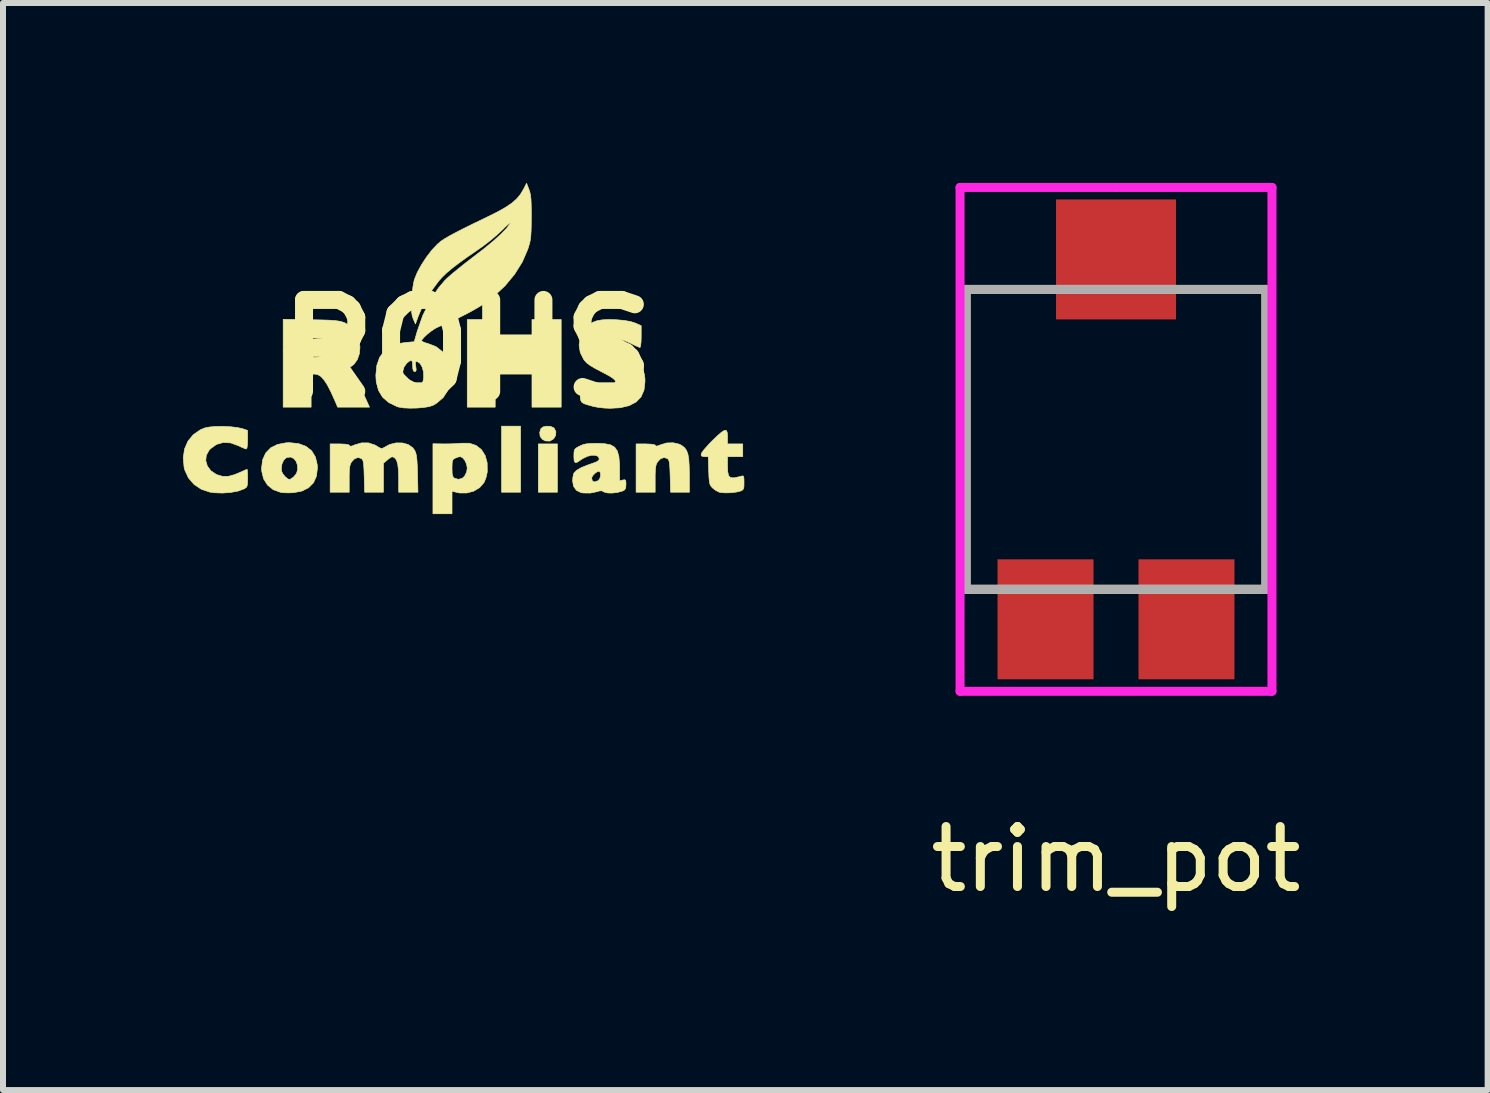
<source format=kicad_pcb>
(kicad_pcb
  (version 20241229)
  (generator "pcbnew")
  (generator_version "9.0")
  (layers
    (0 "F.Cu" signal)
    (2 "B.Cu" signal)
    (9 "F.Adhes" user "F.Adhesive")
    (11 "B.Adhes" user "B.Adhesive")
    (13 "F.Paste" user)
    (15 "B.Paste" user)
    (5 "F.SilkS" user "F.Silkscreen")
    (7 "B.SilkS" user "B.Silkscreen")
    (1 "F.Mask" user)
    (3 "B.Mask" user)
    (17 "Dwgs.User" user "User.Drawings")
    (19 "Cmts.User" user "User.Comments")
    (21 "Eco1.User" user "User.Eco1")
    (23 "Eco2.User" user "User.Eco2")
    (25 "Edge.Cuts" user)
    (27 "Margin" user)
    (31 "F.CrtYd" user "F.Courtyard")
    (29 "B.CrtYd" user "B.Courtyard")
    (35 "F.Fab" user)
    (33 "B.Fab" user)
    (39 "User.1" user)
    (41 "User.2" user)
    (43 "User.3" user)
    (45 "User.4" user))
  (footprint "trim_pot"
    (layer "F.Cu")
    (at 15.556 4.275)
    (property "Reference" "trim_pot" (at 0 7 0) (layer "F.SilkS") (effects (font (size 1 1) (thickness 0.15))))
    (attr through_hole)
    (fp_line (start -2.5 -2.5) (end -2.5 2.5) (stroke (width 0.15) (type solid)) (layer "F.SilkS"))
    (fp_line (start -2.5 2.5) (end 2.5 2.5) (stroke (width 0.15) (type solid)) (layer "F.SilkS"))
    (fp_line (start 2.5 -2.5) (end -2.5 -2.5) (stroke (width 0.15) (type solid)) (layer "F.SilkS"))
    (fp_line (start 2.5 2.5) (end 2.5 -2.5) (stroke (width 0.15) (type solid)) (layer "F.SilkS"))
    (fp_line (start -2.6 -4.2) (end 0 -4.2) (stroke (width 0.15) (type solid)) (layer "F.CrtYd"))
    (fp_line (start -2.6 4.2) (end -2.6 -4.2) (stroke (width 0.15) (type solid)) (layer "F.CrtYd"))
    (fp_line (start 0 -4.2) (end 2.6 -4.2) (stroke (width 0.15) (type solid)) (layer "F.CrtYd"))
    (fp_line (start 2.6 -4.2) (end 2.6 4.2) (stroke (width 0.15) (type solid)) (layer "F.CrtYd"))
    (fp_line (start 2.6 4.2) (end -2.6 4.2) (stroke (width 0.15) (type solid)) (layer "F.CrtYd"))
    (fp_line (start -2.5 -2.5) (end 2.5 -2.5) (stroke (width 0.15) (type solid)) (layer "F.Fab"))
    (fp_line (start -2.5 2.5) (end -2.5 -2.5) (stroke (width 0.15) (type solid)) (layer "F.Fab"))
    (fp_line (start 2.5 -2.5) (end 2.5 2.5) (stroke (width 0.15) (type solid)) (layer "F.Fab"))
    (fp_line (start 2.5 2.5) (end -2.5 2.5) (stroke (width 0.15) (type solid)) (layer "F.Fab"))
    (pad "1" smd rect (at 1.175 3) (size 1.6 2) (layers "F.Cu" "F.Mask" "F.Paste"))
    (pad "2" smd rect (at 0 -3) (size 2 2) (layers "F.Cu" "F.Mask" "F.Paste"))
    (pad "3" smd rect (at -1.175 3) (size 1.6 2) (layers "F.Cu" "F.Mask" "F.Paste")))
  (footprint "ROHS"
    (layer "F.Cu")
    (at 4.74 2.785)
    (property "Reference" "ROHS" (at 0 0 0) (layer "F.SilkS") (effects (font (size 1.524 1.524) (thickness 0.3))))
    (attr through_hole)
    (fp_poly (pts (xy 0.889 2.371) (xy 0.572 2.371) (xy 0.572 1.27) (xy 0.889 1.27) (xy 0.889 2.371)) (stroke (width 0.01) (type solid)) (fill yes) (layer "F.SilkS"))
    (fp_poly (pts (xy 1.503 2.371) (xy 1.185 2.371) (xy 1.185 1.566) (xy 1.503 1.566) (xy 1.503 2.371)) (stroke (width 0.01) (type solid)) (fill yes) (layer "F.SilkS"))
    (fp_poly (pts (xy 0.466 0.021) (xy 1.079 0.021) (xy 1.079 -0.508) (xy 1.566 -0.508) (xy 1.566 0.953) (xy 1.079 0.953) (xy 1.079 0.402) (xy 0.466 0.402) (xy 0.466 0.953) (xy 0 0.953) (xy 0 -0.508) (xy 0.466 -0.508) (xy 0.466 0.021)) (stroke (width 0.01) (type solid)) (fill yes) (layer "F.SilkS"))
    (fp_poly (pts (xy 1.388 1.274) (xy 1.441 1.296) (xy 1.448 1.303) (xy 1.478 1.36) (xy 1.474 1.425) (xy 1.439 1.482) (xy 1.376 1.519) (xy 1.304 1.516) (xy 1.254 1.491) (xy 1.215 1.441) (xy 1.208 1.373) (xy 1.228 1.311) (xy 1.265 1.282) (xy 1.324 1.27) (xy 1.388 1.274)) (stroke (width 0.01) (type solid)) (fill yes) (layer "F.SilkS"))
    (fp_poly (pts (xy 3.534 1.57) (xy 3.579 1.594) (xy 3.624 1.63) (xy 3.656 1.675) (xy 3.679 1.736) (xy 3.693 1.819) (xy 3.7 1.93) (xy 3.703 2.077) (xy 3.703 2.08) (xy 3.704 2.371) (xy 3.39 2.371) (xy 3.383 2.104) (xy 3.379 1.991) (xy 3.374 1.912) (xy 3.367 1.861) (xy 3.356 1.83) (xy 3.34 1.812) (xy 3.338 1.81) (xy 3.282 1.792) (xy 3.223 1.813) (xy 3.175 1.863) (xy 3.155 1.897) (xy 3.143 1.938) (xy 3.136 1.997) (xy 3.133 2.084) (xy 3.133 2.146) (xy 3.133 2.371) (xy 2.815 2.371) (xy 2.815 1.566) (xy 2.972 1.566) (xy 3.067 1.57) (xy 3.123 1.58) (xy 3.138 1.592) (xy 3.155 1.604) (xy 3.197 1.592) (xy 3.222 1.581) (xy 3.324 1.55) (xy 3.434 1.547) (xy 3.534 1.57)) (stroke (width 0.01) (type solid)) (fill yes) (layer "F.SilkS"))
    (fp_poly (pts (xy -2.811 1.561) (xy -2.688 1.607) (xy -2.594 1.681) (xy -2.531 1.784) (xy -2.501 1.912) (xy -2.498 1.967) (xy -2.514 2.103) (xy -2.564 2.214) (xy -2.646 2.297) (xy -2.759 2.353) (xy -2.9 2.379) (xy -2.986 2.382) (xy -3.067 2.379) (xy -3.113 2.373) (xy -3.236 2.328) (xy -3.33 2.252) (xy -3.395 2.149) (xy -3.426 2.023) (xy -3.428 1.982) (xy -3.1 1.982) (xy -3.096 2.019) (xy -3.075 2.065) (xy -3.035 2.113) (xy -2.992 2.149) (xy -2.963 2.159) (xy -2.937 2.147) (xy -2.896 2.118) (xy -2.895 2.117) (xy -2.848 2.061) (xy -2.827 1.993) (xy -2.83 1.923) (xy -2.852 1.859) (xy -2.891 1.81) (xy -2.944 1.785) (xy -3.006 1.791) (xy -3.015 1.795) (xy -3.06 1.836) (xy -3.09 1.903) (xy -3.1 1.982) (xy -3.428 1.982) (xy -3.429 1.967) (xy -3.411 1.829) (xy -3.36 1.717) (xy -3.278 1.632) (xy -3.165 1.575) (xy -3.024 1.548) (xy -2.963 1.545) (xy -2.811 1.561)) (stroke (width 0.01) (type solid)) (fill yes) (layer "F.SilkS"))
    (fp_poly (pts (xy 0.037 1.555) (xy 0.148 1.592) (xy 0.236 1.661) (xy 0.298 1.758) (xy 0.332 1.88) (xy 0.334 2.022) (xy 0.331 2.048) (xy 0.314 2.124) (xy 0.287 2.194) (xy 0.279 2.21) (xy 0.207 2.294) (xy 0.108 2.353) (xy -0.007 2.384) (xy -0.129 2.384) (xy -0.17 2.375) (xy -0.254 2.354) (xy -0.254 2.731) (xy -0.572 2.731) (xy -0.572 1.971) (xy -0.254 1.971) (xy -0.252 2.053) (xy -0.243 2.102) (xy -0.226 2.129) (xy -0.217 2.136) (xy -0.146 2.157) (xy -0.08 2.137) (xy -0.044 2.103) (xy -0.009 2.031) (xy 0 1.968) (xy -0.012 1.902) (xy -0.041 1.839) (xy -0.08 1.794) (xy -0.117 1.778) (xy -0.157 1.786) (xy -0.2 1.803) (xy -0.229 1.819) (xy -0.245 1.843) (xy -0.252 1.885) (xy -0.254 1.957) (xy -0.254 1.971) (xy -0.572 1.971) (xy -0.572 1.563) (xy -0.386 1.566) (xy -0.285 1.565) (xy -0.185 1.561) (xy -0.105 1.555) (xy -0.092 1.554) (xy 0.037 1.555)) (stroke (width 0.01) (type solid)) (fill yes) (layer "F.SilkS"))
    (fp_poly (pts (xy 4.317 1.341) (xy 4.333 1.37) (xy 4.339 1.425) (xy 4.339 1.45) (xy 4.339 1.566) (xy 4.593 1.566) (xy 4.593 1.778) (xy 4.339 1.778) (xy 4.339 1.934) (xy 4.343 2.034) (xy 4.358 2.097) (xy 4.39 2.128) (xy 4.447 2.132) (xy 4.535 2.113) (xy 4.567 2.104) (xy 4.594 2.099) (xy 4.608 2.11) (xy 4.613 2.146) (xy 4.614 2.21) (xy 4.613 2.279) (xy 4.604 2.318) (xy 4.583 2.339) (xy 4.558 2.351) (xy 4.485 2.369) (xy 4.391 2.38) (xy 4.297 2.382) (xy 4.219 2.375) (xy 4.2 2.37) (xy 4.14 2.34) (xy 4.084 2.296) (xy 4.084 2.295) (xy 4.061 2.267) (xy 4.045 2.236) (xy 4.036 2.191) (xy 4.03 2.124) (xy 4.026 2.025) (xy 4.025 2.009) (xy 4.018 1.778) (xy 3.956 1.778) (xy 3.914 1.772) (xy 3.898 1.751) (xy 3.91 1.713) (xy 3.952 1.656) (xy 4.025 1.575) (xy 4.079 1.519) (xy 4.172 1.429) (xy 4.24 1.37) (xy 4.287 1.341) (xy 4.317 1.341)) (stroke (width 0.01) (type solid)) (fill yes) (layer "F.SilkS"))
    (fp_poly (pts (xy -2.598 -0.504) (xy -2.432 -0.501) (xy -2.302 -0.497) (xy -2.202 -0.49) (xy -2.125 -0.479) (xy -2.066 -0.463) (xy -2.017 -0.44) (xy -1.972 -0.409) (xy -1.927 -0.369) (xy -1.909 -0.352) (xy -1.844 -0.266) (xy -1.804 -0.162) (xy -1.789 -0.05) (xy -1.798 0.061) (xy -1.833 0.161) (xy -1.89 0.24) (xy -1.941 0.278) (xy -1.988 0.303) (xy -1.928 0.371) (xy -1.89 0.422) (xy -1.846 0.496) (xy -1.793 0.598) (xy -1.73 0.731) (xy -1.68 0.841) (xy -1.63 0.953) (xy -2.161 0.953) (xy -2.2 0.86) (xy -2.271 0.703) (xy -2.333 0.582) (xy -2.39 0.496) (xy -2.443 0.439) (xy -2.496 0.409) (xy -2.542 0.402) (xy -2.603 0.402) (xy -2.603 0.953) (xy -3.069 0.953) (xy -3.069 0.027) (xy -2.602 0.027) (xy -2.597 0.085) (xy -2.579 0.115) (xy -2.544 0.123) (xy -2.487 0.118) (xy -2.482 0.117) (xy -2.41 0.102) (xy -2.35 0.081) (xy -2.334 0.072) (xy -2.296 0.03) (xy -2.286 -0.031) (xy -2.3 -0.104) (xy -2.343 -0.154) (xy -2.419 -0.185) (xy -2.523 -0.198) (xy -2.593 -0.201) (xy -2.599 -0.066) (xy -2.602 0.027) (xy -3.069 0.027) (xy -3.069 -0.512) (xy -2.598 -0.504)) (stroke (width 0.01) (type solid)) (fill yes) (layer "F.SilkS"))
    (fp_poly (pts (xy -3.945 1.28) (xy -3.834 1.293) (xy -3.746 1.312) (xy -3.741 1.314) (xy -3.662 1.341) (xy -3.662 1.496) (xy -3.665 1.578) (xy -3.672 1.632) (xy -3.684 1.651) (xy -3.713 1.642) (xy -3.767 1.619) (xy -3.815 1.596) (xy -3.945 1.549) (xy -4.068 1.542) (xy -4.181 1.574) (xy -4.279 1.645) (xy -4.305 1.673) (xy -4.351 1.757) (xy -4.359 1.846) (xy -4.333 1.935) (xy -4.275 2.013) (xy -4.187 2.073) (xy -4.177 2.078) (xy -4.084 2.106) (xy -3.988 2.107) (xy -3.878 2.078) (xy -3.792 2.042) (xy -3.73 2.014) (xy -3.686 1.995) (xy -3.67 1.99) (xy -3.666 2.009) (xy -3.663 2.06) (xy -3.662 2.132) (xy -3.662 2.137) (xy -3.663 2.215) (xy -3.669 2.263) (xy -3.683 2.29) (xy -3.71 2.309) (xy -3.723 2.316) (xy -3.82 2.352) (xy -3.945 2.375) (xy -4.082 2.385) (xy -4.217 2.38) (xy -4.293 2.369) (xy -4.435 2.321) (xy -4.555 2.241) (xy -4.648 2.133) (xy -4.709 2.002) (xy -4.721 1.956) (xy -4.735 1.797) (xy -4.713 1.65) (xy -4.657 1.521) (xy -4.569 1.413) (xy -4.451 1.331) (xy -4.374 1.299) (xy -4.296 1.284) (xy -4.19 1.275) (xy -4.069 1.274) (xy -3.945 1.28)) (stroke (width 0.01) (type solid)) (fill yes) (layer "F.SilkS"))
    (fp_poly (pts (xy -1.647 1.549) (xy -1.54 1.584) (xy -1.512 1.6) (xy -1.456 1.634) (xy -1.42 1.641) (xy -1.398 1.632) (xy -1.296 1.576) (xy -1.187 1.549) (xy -1.08 1.55) (xy -0.984 1.577) (xy -0.908 1.63) (xy -0.875 1.676) (xy -0.859 1.714) (xy -0.847 1.764) (xy -0.839 1.833) (xy -0.833 1.931) (xy -0.829 2.058) (xy -0.822 2.371) (xy -1.143 2.371) (xy -1.143 2.15) (xy -1.147 2.007) (xy -1.159 1.903) (xy -1.181 1.833) (xy -1.213 1.795) (xy -1.213 1.795) (xy -1.242 1.781) (xy -1.269 1.786) (xy -1.309 1.814) (xy -1.332 1.833) (xy -1.397 1.888) (xy -1.397 2.371) (xy -1.711 2.371) (xy -1.718 2.104) (xy -1.722 1.991) (xy -1.727 1.912) (xy -1.734 1.861) (xy -1.746 1.83) (xy -1.761 1.812) (xy -1.763 1.81) (xy -1.82 1.792) (xy -1.878 1.813) (xy -1.927 1.863) (xy -1.946 1.897) (xy -1.958 1.938) (xy -1.965 1.997) (xy -1.968 2.084) (xy -1.968 2.146) (xy -1.968 2.371) (xy -2.286 2.371) (xy -2.286 1.566) (xy -2.129 1.566) (xy -2.034 1.57) (xy -1.979 1.58) (xy -1.963 1.593) (xy -1.947 1.606) (xy -1.909 1.597) (xy -1.876 1.582) (xy -1.763 1.549) (xy -1.647 1.549)) (stroke (width 0.01) (type solid)) (fill yes) (layer "F.SilkS"))
    (fp_poly (pts (xy 2.29 1.562) (xy 2.388 1.581) (xy 2.457 1.62) (xy 2.502 1.684) (xy 2.528 1.777) (xy 2.539 1.904) (xy 2.54 1.979) (xy 2.54 2.181) (xy 2.593 2.168) (xy 2.626 2.163) (xy 2.642 2.176) (xy 2.646 2.219) (xy 2.646 2.242) (xy 2.642 2.3) (xy 2.624 2.332) (xy 2.588 2.352) (xy 2.507 2.374) (xy 2.42 2.385) (xy 2.342 2.384) (xy 2.286 2.37) (xy 2.278 2.365) (xy 2.243 2.347) (xy 2.203 2.35) (xy 2.161 2.363) (xy 2.052 2.385) (xy 1.936 2.384) (xy 1.894 2.377) (xy 1.819 2.339) (xy 1.772 2.272) (xy 1.757 2.186) (xy 1.76 2.136) (xy 2.074 2.136) (xy 2.086 2.185) (xy 2.122 2.2) (xy 2.182 2.179) (xy 2.209 2.147) (xy 2.223 2.096) (xy 2.22 2.048) (xy 2.204 2.023) (xy 2.174 2.026) (xy 2.134 2.052) (xy 2.096 2.09) (xy 2.075 2.128) (xy 2.074 2.136) (xy 1.76 2.136) (xy 1.762 2.118) (xy 1.774 2.063) (xy 1.779 2.052) (xy 1.822 2.007) (xy 1.903 1.96) (xy 2.018 1.914) (xy 2.08 1.893) (xy 2.153 1.866) (xy 2.191 1.841) (xy 2.201 1.816) (xy 2.184 1.776) (xy 2.139 1.756) (xy 2.074 1.755) (xy 1.999 1.774) (xy 1.921 1.812) (xy 1.891 1.833) (xy 1.834 1.871) (xy 1.8 1.878) (xy 1.783 1.85) (xy 1.778 1.784) (xy 1.778 1.768) (xy 1.78 1.701) (xy 1.789 1.661) (xy 1.816 1.634) (xy 1.867 1.605) (xy 1.868 1.605) (xy 1.92 1.581) (xy 1.977 1.566) (xy 2.049 1.559) (xy 2.151 1.557) (xy 2.16 1.556) (xy 2.29 1.562)) (stroke (width 0.01) (type solid)) (fill yes) (layer "F.SilkS"))
    (fp_poly (pts (xy 2.492 -0.504) (xy 2.615 -0.493) (xy 2.723 -0.474) (xy 2.799 -0.45) (xy 2.9 -0.405) (xy 2.9 -0.223) (xy 2.898 -0.137) (xy 2.891 -0.075) (xy 2.882 -0.044) (xy 2.879 -0.042) (xy 2.851 -0.052) (xy 2.797 -0.076) (xy 2.731 -0.109) (xy 2.619 -0.158) (xy 2.517 -0.184) (xy 2.433 -0.185) (xy 2.373 -0.162) (xy 2.365 -0.153) (xy 2.341 -0.111) (xy 2.34 -0.079) (xy 2.363 -0.057) (xy 2.416 -0.02) (xy 2.49 0.024) (xy 2.567 0.067) (xy 2.703 0.141) (xy 2.804 0.205) (xy 2.876 0.264) (xy 2.923 0.325) (xy 2.95 0.392) (xy 2.962 0.471) (xy 2.963 0.529) (xy 2.947 0.668) (xy 2.898 0.781) (xy 2.815 0.867) (xy 2.699 0.928) (xy 2.55 0.963) (xy 2.383 0.972) (xy 2.285 0.968) (xy 2.187 0.957) (xy 2.11 0.943) (xy 2.106 0.942) (xy 2.009 0.915) (xy 1.945 0.894) (xy 1.908 0.869) (xy 1.89 0.835) (xy 1.884 0.783) (xy 1.884 0.711) (xy 1.882 0.63) (xy 1.878 0.562) (xy 1.872 0.522) (xy 1.871 0.52) (xy 1.87 0.495) (xy 1.895 0.489) (xy 1.949 0.504) (xy 2.036 0.541) (xy 2.077 0.561) (xy 2.196 0.609) (xy 2.299 0.633) (xy 2.382 0.635) (xy 2.441 0.613) (xy 2.471 0.57) (xy 2.473 0.527) (xy 2.461 0.501) (xy 2.428 0.471) (xy 2.369 0.433) (xy 2.278 0.384) (xy 2.234 0.361) (xy 2.126 0.304) (xy 2.049 0.258) (xy 1.994 0.217) (xy 1.954 0.174) (xy 1.94 0.155) (xy 1.884 0.042) (xy 1.865 -0.077) (xy 1.879 -0.195) (xy 1.924 -0.304) (xy 1.998 -0.396) (xy 2.097 -0.463) (xy 2.164 -0.488) (xy 2.253 -0.503) (xy 2.367 -0.508) (xy 2.492 -0.504)) (stroke (width 0.01) (type solid)) (fill yes) (layer "F.SilkS"))
    (fp_poly (pts (xy 1.029 -2.676) (xy 1.044 -2.63) (xy 1.055 -2.58) (xy 1.062 -2.517) (xy 1.066 -2.433) (xy 1.068 -2.321) (xy 1.068 -2.212) (xy 1.067 -2.076) (xy 1.064 -1.974) (xy 1.059 -1.895) (xy 1.051 -1.831) (xy 1.038 -1.773) (xy 1.019 -1.71) (xy 1.009 -1.679) (xy 0.918 -1.468) (xy 0.789 -1.262) (xy 0.627 -1.067) (xy 0.434 -0.888) (xy 0.266 -0.762) (xy 0.159 -0.697) (xy 0.025 -0.622) (xy -0.124 -0.546) (xy -0.276 -0.474) (xy -0.419 -0.412) (xy -0.475 -0.389) (xy -0.534 -0.36) (xy -0.601 -0.315) (xy -0.667 -0.263) (xy -0.721 -0.212) (xy -0.755 -0.171) (xy -0.762 -0.153) (xy -0.743 -0.138) (xy -0.696 -0.119) (xy -0.659 -0.109) (xy -0.52 -0.055) (xy -0.413 0.028) (xy -0.336 0.139) (xy -0.291 0.278) (xy -0.28 0.37) (xy -0.286 0.535) (xy -0.326 0.676) (xy -0.401 0.793) (xy -0.512 0.888) (xy -0.572 0.923) (xy -0.637 0.944) (xy -0.732 0.959) (xy -0.843 0.968) (xy -0.958 0.97) (xy -1.063 0.965) (xy -1.147 0.951) (xy -1.17 0.944) (xy -1.309 0.876) (xy -1.412 0.787) (xy -1.48 0.673) (xy -1.517 0.534) (xy -1.522 0.459) (xy -1.077 0.459) (xy -1.056 0.546) (xy -1.014 0.616) (xy -0.976 0.646) (xy -0.92 0.671) (xy -0.876 0.67) (xy -0.829 0.641) (xy -0.802 0.618) (xy -0.757 0.569) (xy -0.735 0.512) (xy -0.726 0.454) (xy -0.729 0.366) (xy -0.751 0.286) (xy -0.786 0.225) (xy -0.83 0.195) (xy -0.833 0.194) (xy -0.857 0.194) (xy -0.865 0.214) (xy -0.859 0.263) (xy -0.858 0.273) (xy -0.851 0.329) (xy -0.858 0.355) (xy -0.877 0.36) (xy -0.898 0.349) (xy -0.908 0.311) (xy -0.91 0.265) (xy -0.914 0.2) (xy -0.931 0.174) (xy -0.964 0.185) (xy -1.007 0.218) (xy -1.054 0.283) (xy -1.077 0.367) (xy -1.077 0.459) (xy -1.522 0.459) (xy -1.524 0.422) (xy -1.508 0.258) (xy -1.461 0.123) (xy -1.383 0.017) (xy -1.274 -0.061) (xy -1.134 -0.109) (xy -1.034 -0.124) (xy -0.884 -0.138) (xy -0.833 -0.315) (xy -0.741 -0.576) (xy -0.623 -0.817) (xy -0.483 -1.03) (xy -0.374 -1.159) (xy -0.323 -1.208) (xy -0.245 -1.276) (xy -0.147 -1.356) (xy -0.037 -1.444) (xy 0.078 -1.533) (xy 0.095 -1.546) (xy 0.281 -1.689) (xy 0.437 -1.818) (xy 0.562 -1.931) (xy 0.655 -2.027) (xy 0.712 -2.103) (xy 0.718 -2.114) (xy 0.715 -2.12) (xy 0.688 -2.1) (xy 0.64 -2.057) (xy 0.579 -1.997) (xy 0.489 -1.914) (xy 0.38 -1.822) (xy 0.266 -1.734) (xy 0.193 -1.683) (xy 0.016 -1.561) (xy -0.129 -1.457) (xy -0.247 -1.367) (xy -0.342 -1.288) (xy -0.417 -1.215) (xy -0.474 -1.152) (xy -0.577 -1.013) (xy -0.676 -0.855) (xy -0.761 -0.695) (xy -0.816 -0.565) (xy -0.864 -0.434) (xy -0.9 -0.519) (xy -0.917 -0.567) (xy -0.926 -0.623) (xy -0.929 -0.696) (xy -0.927 -0.799) (xy -0.926 -0.836) (xy -0.918 -0.944) (xy -0.906 -1.049) (xy -0.891 -1.135) (xy -0.881 -1.175) (xy -0.834 -1.291) (xy -0.764 -1.419) (xy -0.68 -1.548) (xy -0.589 -1.666) (xy -0.497 -1.764) (xy -0.434 -1.817) (xy -0.375 -1.856) (xy -0.296 -1.902) (xy -0.193 -1.957) (xy -0.063 -2.024) (xy 0.099 -2.104) (xy 0.294 -2.198) (xy 0.339 -2.22) (xy 0.506 -2.303) (xy 0.638 -2.377) (xy 0.741 -2.447) (xy 0.822 -2.517) (xy 0.885 -2.592) (xy 0.935 -2.676) (xy 0.941 -2.686) (xy 0.989 -2.78) (xy 1.029 -2.676)) (stroke (width 0.01) (type solid)) (fill yes) (layer "F.SilkS")))
  (gr_rect
    (start -3 -3)
    (end 21.752 15.123)
    (stroke (width 0.1) (type default))
    (fill no)
    (layer "Edge.Cuts")))
</source>
